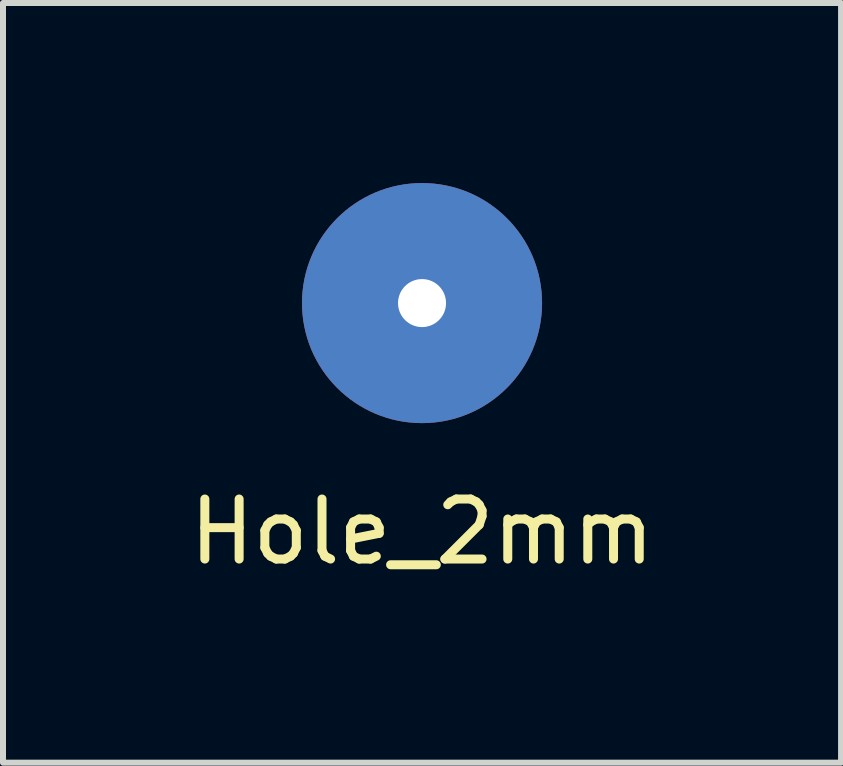
<source format=kicad_pcb>
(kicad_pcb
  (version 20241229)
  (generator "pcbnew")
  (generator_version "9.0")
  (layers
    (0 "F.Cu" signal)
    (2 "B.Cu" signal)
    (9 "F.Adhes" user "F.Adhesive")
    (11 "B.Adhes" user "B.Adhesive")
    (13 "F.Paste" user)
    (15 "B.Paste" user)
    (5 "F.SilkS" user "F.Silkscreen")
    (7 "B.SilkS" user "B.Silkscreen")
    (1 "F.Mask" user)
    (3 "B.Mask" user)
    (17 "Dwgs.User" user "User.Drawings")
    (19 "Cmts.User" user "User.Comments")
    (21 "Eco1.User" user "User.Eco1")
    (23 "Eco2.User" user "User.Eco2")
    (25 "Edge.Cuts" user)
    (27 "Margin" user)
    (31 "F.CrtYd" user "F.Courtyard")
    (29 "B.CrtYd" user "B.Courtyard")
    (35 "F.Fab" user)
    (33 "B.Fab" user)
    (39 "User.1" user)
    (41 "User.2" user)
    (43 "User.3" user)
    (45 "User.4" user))
  (footprint "Hole_2mm"
    (layer "F.Cu")
    (at 3.982 2)
    (property "Reference" "Hole_2mm" (at 0 3.81 0) (layer "F.SilkS") (effects (font (size 1 1) (thickness 0.15))))
    (attr through_hole)
    (pad "" np_thru_hole circle (at 0 0) (size 4 4) (drill 0.8) (layers "*.Cu" "*.Mask")))
  (gr_rect
    (start -3 -3)
    (end 10.964 9.658)
    (stroke (width 0.1) (type default))
    (fill no)
    (layer "Edge.Cuts")))
</source>
